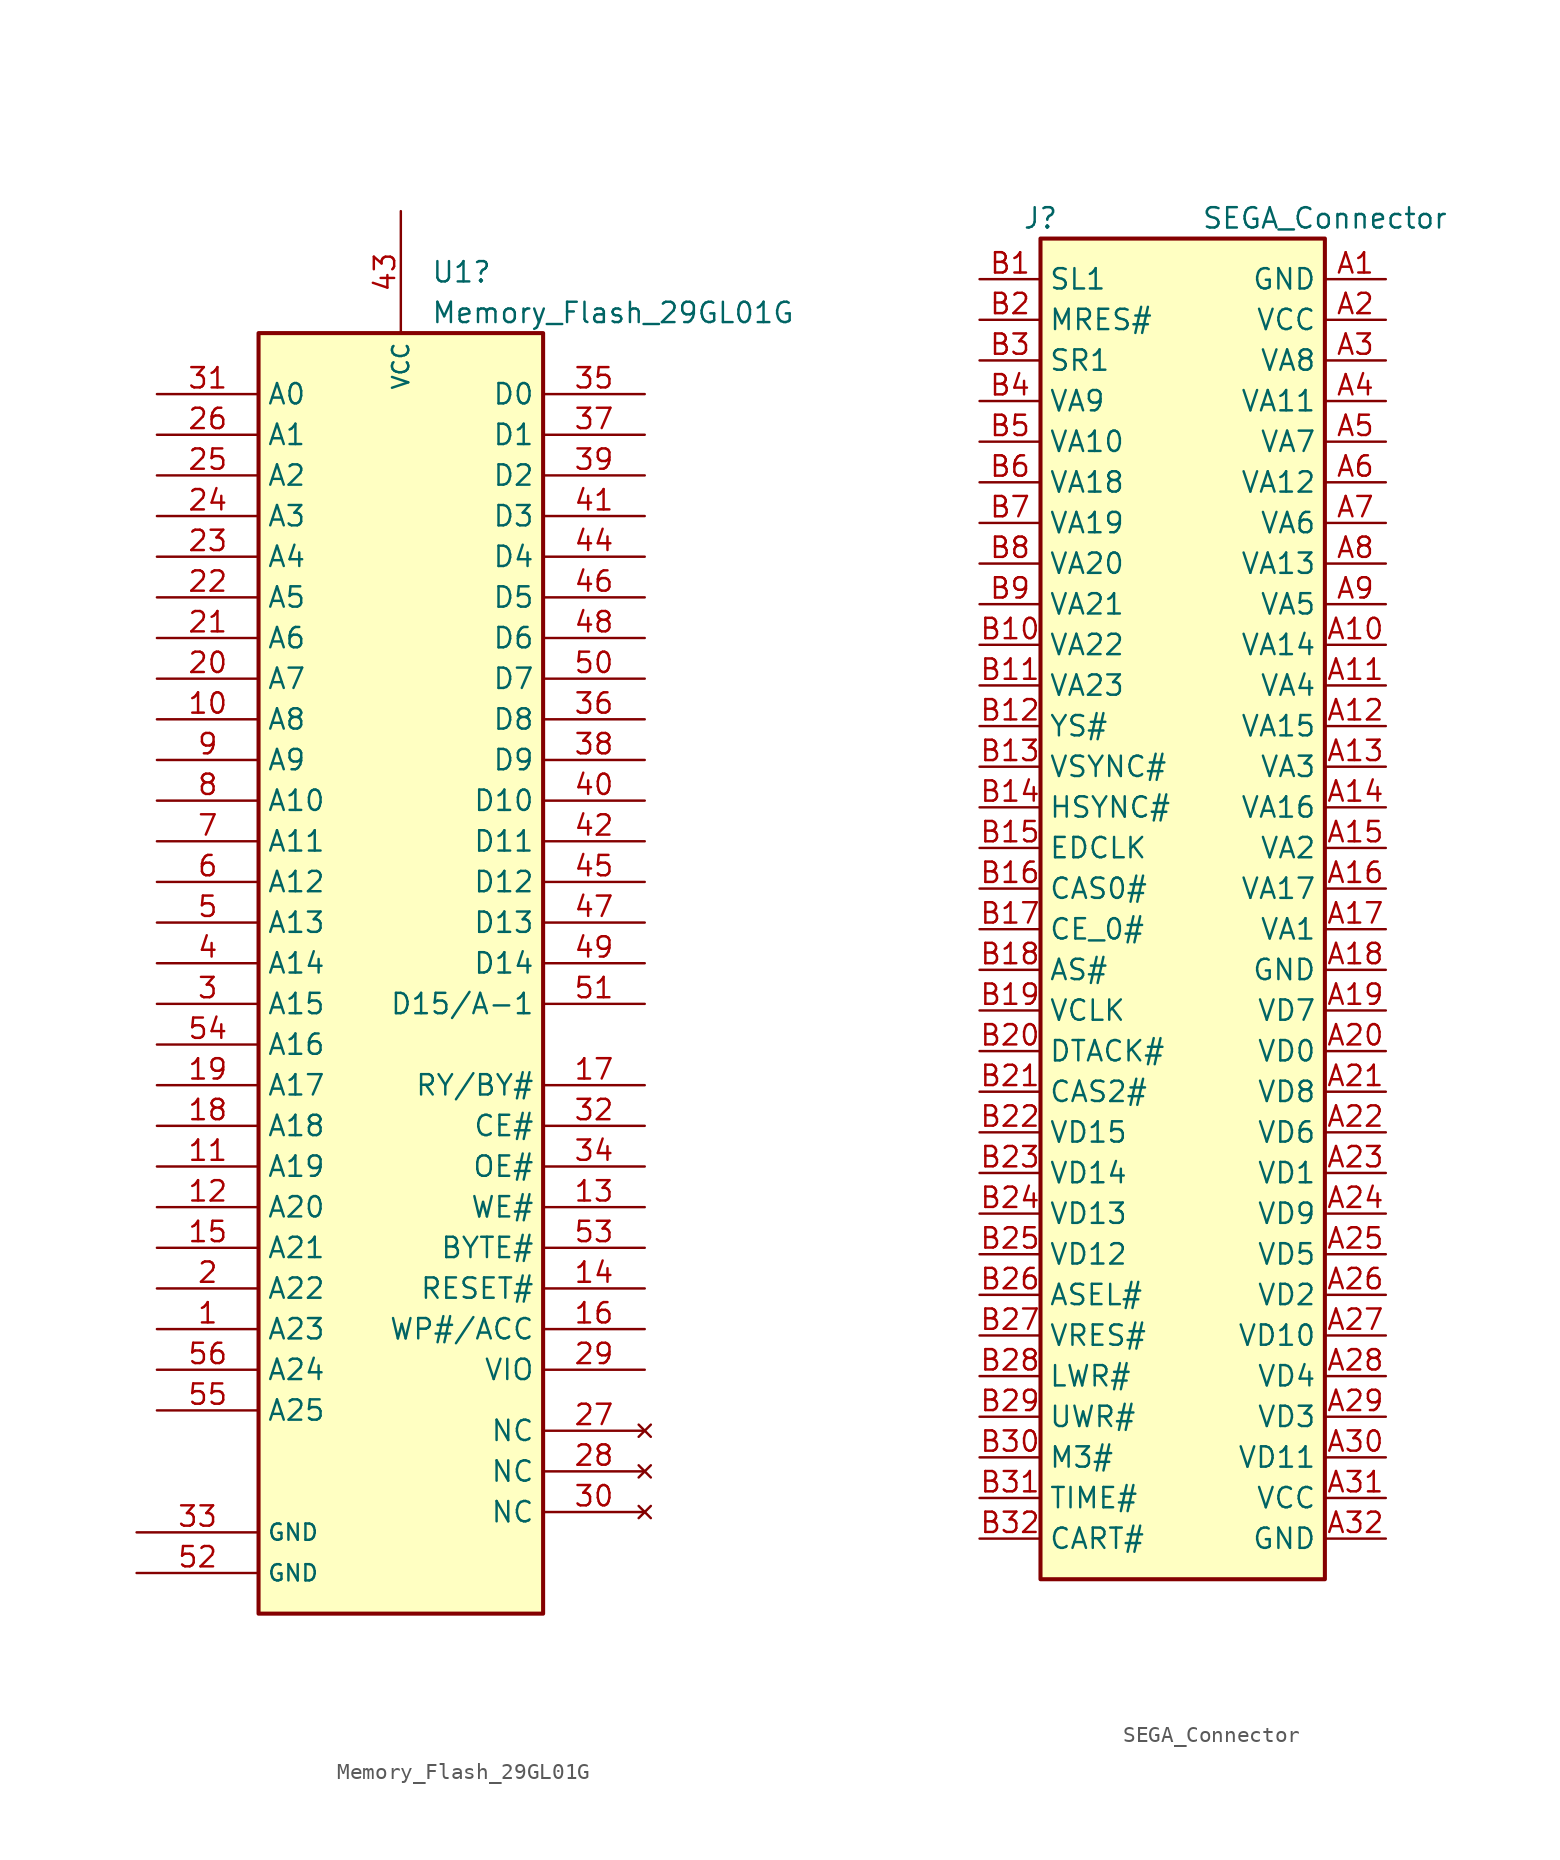
<source format=kicad_sym>
(kicad_symbol_lib
  (version 20241209)
  (generator "kicad_symbol_editor")
  (generator_version "9.0")
  (symbol "Memory_Flash_29GL01G"
    (property "Reference" "U1"
      (at 1.88 33.02 0)
      (effects (font (size 1.27 1.27)) (justify left)))
    (property "Value" "Memory_Flash_29GL01G"
      (at 1.88 30.48 0)
      (effects (font (size 1.27 1.27)) (justify left)))
    (symbol "Memory_Flash_29GL01G_0_1"
      (rectangle (start -8.89 29.21) (end 8.89 -50.8) (stroke (width 0.254) (type default)) (fill (type background))))
    (symbol "Memory_Flash_29GL01G_1_1"
      (pin power_in line (at -16.51 -45.72 0) (length 7.62) (name "GND" (effects (font (size 1.016 1.016)))) (number "33" (effects (font (size 1.27 1.27)))))
      (pin power_in line (at -16.51 -48.26 0) (length 7.62) (name "GND" (effects (font (size 1.016 1.016)))) (number "52" (effects (font (size 1.27 1.27)))))
      (pin input line (at -15.24 25.4 0) (length 6.35) (name "A0" (effects (font (size 1.27 1.27)))) (number "31" (effects (font (size 1.27 1.27)))))
      (pin input line (at -15.24 22.86 0) (length 6.35) (name "A1" (effects (font (size 1.27 1.27)))) (number "26" (effects (font (size 1.27 1.27)))))
      (pin input line (at -15.24 20.32 0) (length 6.35) (name "A2" (effects (font (size 1.27 1.27)))) (number "25" (effects (font (size 1.27 1.27)))))
      (pin input line (at -15.24 17.78 0) (length 6.35) (name "A3" (effects (font (size 1.27 1.27)))) (number "24" (effects (font (size 1.27 1.27)))))
      (pin input line (at -15.24 15.24 0) (length 6.35) (name "A4" (effects (font (size 1.27 1.27)))) (number "23" (effects (font (size 1.27 1.27)))))
      (pin input line (at -15.24 12.7 0) (length 6.35) (name "A5" (effects (font (size 1.27 1.27)))) (number "22" (effects (font (size 1.27 1.27)))))
      (pin input line (at -15.24 10.16 0) (length 6.35) (name "A6" (effects (font (size 1.27 1.27)))) (number "21" (effects (font (size 1.27 1.27)))))
      (pin input line (at -15.24 7.62 0) (length 6.35) (name "A7" (effects (font (size 1.27 1.27)))) (number "20" (effects (font (size 1.27 1.27)))))
      (pin input line (at -15.24 5.08 0) (length 6.35) (name "A8" (effects (font (size 1.27 1.27)))) (number "10" (effects (font (size 1.27 1.27)))))
      (pin input line (at -15.24 2.54 0) (length 6.35) (name "A9" (effects (font (size 1.27 1.27)))) (number "9" (effects (font (size 1.27 1.27)))))
      (pin input line (at -15.24 0 0) (length 6.35) (name "A10" (effects (font (size 1.27 1.27)))) (number "8" (effects (font (size 1.27 1.27)))))
      (pin input line (at -15.24 -2.54 0) (length 6.35) (name "A11" (effects (font (size 1.27 1.27)))) (number "7" (effects (font (size 1.27 1.27)))))
      (pin input line (at -15.24 -5.08 0) (length 6.35) (name "A12" (effects (font (size 1.27 1.27)))) (number "6" (effects (font (size 1.27 1.27)))))
      (pin input line (at -15.24 -7.62 0) (length 6.35) (name "A13" (effects (font (size 1.27 1.27)))) (number "5" (effects (font (size 1.27 1.27)))))
      (pin input line (at -15.24 -10.16 0) (length 6.35) (name "A14" (effects (font (size 1.27 1.27)))) (number "4" (effects (font (size 1.27 1.27)))))
      (pin input line (at -15.24 -12.7 0) (length 6.35) (name "A15" (effects (font (size 1.27 1.27)))) (number "3" (effects (font (size 1.27 1.27)))))
      (pin input line (at -15.24 -15.24 0) (length 6.35) (name "A16" (effects (font (size 1.27 1.27)))) (number "54" (effects (font (size 1.27 1.27)))))
      (pin input line (at -15.24 -17.78 0) (length 6.35) (name "A17" (effects (font (size 1.27 1.27)))) (number "19" (effects (font (size 1.27 1.27)))))
      (pin input line (at -15.24 -20.32 0) (length 6.35) (name "A18" (effects (font (size 1.27 1.27)))) (number "18" (effects (font (size 1.27 1.27)))))
      (pin input line (at -15.24 -22.86 0) (length 6.35) (name "A19" (effects (font (size 1.27 1.27)))) (number "11" (effects (font (size 1.27 1.27)))))
      (pin input line (at -15.24 -25.4 0) (length 6.35) (name "A20" (effects (font (size 1.27 1.27)))) (number "12" (effects (font (size 1.27 1.27)))))
      (pin input line (at -15.24 -27.94 0) (length 6.35) (name "A21" (effects (font (size 1.27 1.27)))) (number "15" (effects (font (size 1.27 1.27)))))
      (pin input line (at -15.24 -30.48 0) (length 6.35) (name "A22" (effects (font (size 1.27 1.27)))) (number "2" (effects (font (size 1.27 1.27)))))
      (pin input line (at -15.24 -33.02 0) (length 6.35) (name "A23" (effects (font (size 1.27 1.27)))) (number "1" (effects (font (size 1.27 1.27)))))
      (pin input line (at -15.24 -35.56 0) (length 6.35) (name "A24" (effects (font (size 1.27 1.27)))) (number "56" (effects (font (size 1.27 1.27)))))
      (pin input line (at -15.24 -38.1 0) (length 6.35) (name "A25" (effects (font (size 1.27 1.27)))) (number "55" (effects (font (size 1.27 1.27)))))
      (pin power_in line (at 0 36.83 270) (length 7.62) (name "VCC" (effects (font (size 1.016 1.016)))) (number "43" (effects (font (size 1.27 1.27)))))
      (pin bidirectional line (at 15.24 25.4 180) (length 6.35) (name "D0" (effects (font (size 1.27 1.27)))) (number "35" (effects (font (size 1.27 1.27)))))
      (pin bidirectional line (at 15.24 22.86 180) (length 6.35) (name "D1" (effects (font (size 1.27 1.27)))) (number "37" (effects (font (size 1.27 1.27)))))
      (pin bidirectional line (at 15.24 20.32 180) (length 6.35) (name "D2" (effects (font (size 1.27 1.27)))) (number "39" (effects (font (size 1.27 1.27)))))
      (pin bidirectional line (at 15.24 17.78 180) (length 6.35) (name "D3" (effects (font (size 1.27 1.27)))) (number "41" (effects (font (size 1.27 1.27)))))
      (pin bidirectional line (at 15.24 15.24 180) (length 6.35) (name "D4" (effects (font (size 1.27 1.27)))) (number "44" (effects (font (size 1.27 1.27)))))
      (pin bidirectional line (at 15.24 12.7 180) (length 6.35) (name "D5" (effects (font (size 1.27 1.27)))) (number "46" (effects (font (size 1.27 1.27)))))
      (pin bidirectional line (at 15.24 10.16 180) (length 6.35) (name "D6" (effects (font (size 1.27 1.27)))) (number "48" (effects (font (size 1.27 1.27)))))
      (pin bidirectional line (at 15.24 7.62 180) (length 6.35) (name "D7" (effects (font (size 1.27 1.27)))) (number "50" (effects (font (size 1.27 1.27)))))
      (pin bidirectional line (at 15.24 5.08 180) (length 6.35) (name "D8" (effects (font (size 1.27 1.27)))) (number "36" (effects (font (size 1.27 1.27)))))
      (pin bidirectional line (at 15.24 2.54 180) (length 6.35) (name "D9" (effects (font (size 1.27 1.27)))) (number "38" (effects (font (size 1.27 1.27)))))
      (pin bidirectional line (at 15.24 0 180) (length 6.35) (name "D10" (effects (font (size 1.27 1.27)))) (number "40" (effects (font (size 1.27 1.27)))))
      (pin bidirectional line (at 15.24 -2.54 180) (length 6.35) (name "D11" (effects (font (size 1.27 1.27)))) (number "42" (effects (font (size 1.27 1.27)))))
      (pin bidirectional line (at 15.24 -5.08 180) (length 6.35) (name "D12" (effects (font (size 1.27 1.27)))) (number "45" (effects (font (size 1.27 1.27)))))
      (pin bidirectional line (at 15.24 -7.62 180) (length 6.35) (name "D13" (effects (font (size 1.27 1.27)))) (number "47" (effects (font (size 1.27 1.27)))))
      (pin bidirectional line (at 15.24 -10.16 180) (length 6.35) (name "D14" (effects (font (size 1.27 1.27)))) (number "49" (effects (font (size 1.27 1.27)))))
      (pin bidirectional line (at 15.24 -12.7 180) (length 6.35) (name "D15/A-1" (effects (font (size 1.27 1.27)))) (number "51" (effects (font (size 1.27 1.27)))))
      (pin input line (at 15.24 -17.78 180) (length 6.35) (name "RY/BY#" (effects (font (size 1.27 1.27)))) (number "17" (effects (font (size 1.27 1.27)))))
      (pin input line (at 15.24 -20.32 180) (length 6.35) (name "CE#" (effects (font (size 1.27 1.27)))) (number "32" (effects (font (size 1.27 1.27)))))
      (pin input line (at 15.24 -22.86 180) (length 6.35) (name "OE#" (effects (font (size 1.27 1.27)))) (number "34" (effects (font (size 1.27 1.27)))))
      (pin input line (at 15.24 -25.4 180) (length 6.35) (name "WE#" (effects (font (size 1.27 1.27)))) (number "13" (effects (font (size 1.27 1.27)))))
      (pin input line (at 15.24 -27.94 180) (length 6.35) (name "BYTE#" (effects (font (size 1.27 1.27)))) (number "53" (effects (font (size 1.27 1.27)))))
      (pin input line (at 15.24 -30.48 180) (length 6.35) (name "RESET#" (effects (font (size 1.27 1.27)))) (number "14" (effects (font (size 1.27 1.27)))))
      (pin input line (at 15.24 -33.02 180) (length 6.35) (name "WP#/ACC" (effects (font (size 1.27 1.27)))) (number "16" (effects (font (size 1.27 1.27)))))
      (pin input line (at 15.24 -35.56 180) (length 6.35) (name "VIO" (effects (font (size 1.27 1.27)))) (number "29" (effects (font (size 1.27 1.27)))))
      (pin no_connect line (at 15.24 -39.37 180) (length 6.35) (name "NC" (effects (font (size 1.27 1.27)))) (number "27" (effects (font (size 1.27 1.27)))))
      (pin no_connect line (at 15.24 -41.91 180) (length 6.35) (name "NC" (effects (font (size 1.27 1.27)))) (number "28" (effects (font (size 1.27 1.27)))))
      (pin no_connect line (at 15.24 -44.45 180) (length 6.35) (name "NC" (effects (font (size 1.27 1.27)))) (number "30" (effects (font (size 1.27 1.27)))))))
  (symbol "SEGA_Connector"
    (property "Reference" "J"
      (at -8.89 43.18 0)
      (effects (font (size 1.27 1.27))))
    (property "Value" "SEGA_Connector"
      (at 8.89 43.18 0)
      (effects (font (size 1.27 1.27))))
    (symbol "SEGA_Connector_0_1"
      (rectangle (start -8.89 41.91) (end 8.89 -41.91) (stroke (width 0.254) (type default)) (fill (type background))))
    (symbol "SEGA_Connector_1_1"
      (pin passive line (at -12.7 39.37 0) (length 3.81) (name "SL1" (effects (font (size 1.27 1.27)))) (number "B1" (effects (font (size 1.27 1.27)))))
      (pin passive line (at -12.7 36.83 0) (length 3.81) (name "MRES#" (effects (font (size 1.27 1.27)))) (number "B2" (effects (font (size 1.27 1.27)))))
      (pin passive line (at -12.7 34.29 0) (length 3.81) (name "SR1" (effects (font (size 1.27 1.27)))) (number "B3" (effects (font (size 1.27 1.27)))))
      (pin passive line (at -12.7 31.75 0) (length 3.81) (name "VA9" (effects (font (size 1.27 1.27)))) (number "B4" (effects (font (size 1.27 1.27)))))
      (pin passive line (at -12.7 29.21 0) (length 3.81) (name "VA10" (effects (font (size 1.27 1.27)))) (number "B5" (effects (font (size 1.27 1.27)))))
      (pin passive line (at -12.7 26.67 0) (length 3.81) (name "VA18" (effects (font (size 1.27 1.27)))) (number "B6" (effects (font (size 1.27 1.27)))))
      (pin passive line (at -12.7 24.13 0) (length 3.81) (name "VA19" (effects (font (size 1.27 1.27)))) (number "B7" (effects (font (size 1.27 1.27)))))
      (pin passive line (at -12.7 21.59 0) (length 3.81) (name "VA20" (effects (font (size 1.27 1.27)))) (number "B8" (effects (font (size 1.27 1.27)))))
      (pin passive line (at -12.7 19.05 0) (length 3.81) (name "VA21" (effects (font (size 1.27 1.27)))) (number "B9" (effects (font (size 1.27 1.27)))))
      (pin passive line (at -12.7 16.51 0) (length 3.81) (name "VA22" (effects (font (size 1.27 1.27)))) (number "B10" (effects (font (size 1.27 1.27)))))
      (pin passive line (at -12.7 13.97 0) (length 3.81) (name "VA23" (effects (font (size 1.27 1.27)))) (number "B11" (effects (font (size 1.27 1.27)))))
      (pin passive line (at -12.7 11.43 0) (length 3.81) (name "YS#" (effects (font (size 1.27 1.27)))) (number "B12" (effects (font (size 1.27 1.27)))))
      (pin passive line (at -12.7 8.89 0) (length 3.81) (name "VSYNC#" (effects (font (size 1.27 1.27)))) (number "B13" (effects (font (size 1.27 1.27)))))
      (pin passive line (at -12.7 6.35 0) (length 3.81) (name "HSYNC#" (effects (font (size 1.27 1.27)))) (number "B14" (effects (font (size 1.27 1.27)))))
      (pin passive line (at -12.7 3.81 0) (length 3.81) (name "EDCLK" (effects (font (size 1.27 1.27)))) (number "B15" (effects (font (size 1.27 1.27)))))
      (pin passive line (at -12.7 1.27 0) (length 3.81) (name "CAS0#" (effects (font (size 1.27 1.27)))) (number "B16" (effects (font (size 1.27 1.27)))))
      (pin passive line (at -12.7 -1.27 0) (length 3.81) (name "CE_0#" (effects (font (size 1.27 1.27)))) (number "B17" (effects (font (size 1.27 1.27)))))
      (pin passive line (at -12.7 -3.81 0) (length 3.81) (name "AS#" (effects (font (size 1.27 1.27)))) (number "B18" (effects (font (size 1.27 1.27)))))
      (pin passive line (at -12.7 -6.35 0) (length 3.81) (name "VCLK" (effects (font (size 1.27 1.27)))) (number "B19" (effects (font (size 1.27 1.27)))))
      (pin passive line (at -12.7 -8.89 0) (length 3.81) (name "DTACK#" (effects (font (size 1.27 1.27)))) (number "B20" (effects (font (size 1.27 1.27)))))
      (pin passive line (at -12.7 -11.43 0) (length 3.81) (name "CAS2#" (effects (font (size 1.27 1.27)))) (number "B21" (effects (font (size 1.27 1.27)))))
      (pin passive line (at -12.7 -13.97 0) (length 3.81) (name "VD15" (effects (font (size 1.27 1.27)))) (number "B22" (effects (font (size 1.27 1.27)))))
      (pin passive line (at -12.7 -16.51 0) (length 3.81) (name "VD14" (effects (font (size 1.27 1.27)))) (number "B23" (effects (font (size 1.27 1.27)))))
      (pin passive line (at -12.7 -19.05 0) (length 3.81) (name "VD13" (effects (font (size 1.27 1.27)))) (number "B24" (effects (font (size 1.27 1.27)))))
      (pin passive line (at -12.7 -21.59 0) (length 3.81) (name "VD12" (effects (font (size 1.27 1.27)))) (number "B25" (effects (font (size 1.27 1.27)))))
      (pin passive line (at -12.7 -24.13 0) (length 3.81) (name "ASEL#" (effects (font (size 1.27 1.27)))) (number "B26" (effects (font (size 1.27 1.27)))))
      (pin passive line (at -12.7 -26.67 0) (length 3.81) (name "VRES#" (effects (font (size 1.27 1.27)))) (number "B27" (effects (font (size 1.27 1.27)))))
      (pin passive line (at -12.7 -29.21 0) (length 3.81) (name "LWR#" (effects (font (size 1.27 1.27)))) (number "B28" (effects (font (size 1.27 1.27)))))
      (pin passive line (at -12.7 -31.75 0) (length 3.81) (name "UWR#" (effects (font (size 1.27 1.27)))) (number "B29" (effects (font (size 1.27 1.27)))))
      (pin passive line (at -12.7 -34.29 0) (length 3.81) (name "M3#" (effects (font (size 1.27 1.27)))) (number "B30" (effects (font (size 1.27 1.27)))))
      (pin passive line (at -12.7 -36.83 0) (length 3.81) (name "TIME#" (effects (font (size 1.27 1.27)))) (number "B31" (effects (font (size 1.27 1.27)))))
      (pin passive line (at -12.7 -39.37 0) (length 3.81) (name "CART#" (effects (font (size 1.27 1.27)))) (number "B32" (effects (font (size 1.27 1.27)))))
      (pin passive line (at 12.7 39.37 180) (length 3.81) (name "GND" (effects (font (size 1.27 1.27)))) (number "A1" (effects (font (size 1.27 1.27)))))
      (pin power_in line (at 12.7 36.83 180) (length 3.81) (name "VCC" (effects (font (size 1.27 1.27)))) (number "A2" (effects (font (size 1.27 1.27)))))
      (pin passive line (at 12.7 34.29 180) (length 3.81) (name "VA8" (effects (font (size 1.27 1.27)))) (number "A3" (effects (font (size 1.27 1.27)))))
      (pin passive line (at 12.7 31.75 180) (length 3.81) (name "VA11" (effects (font (size 1.27 1.27)))) (number "A4" (effects (font (size 1.27 1.27)))))
      (pin passive line (at 12.7 29.21 180) (length 3.81) (name "VA7" (effects (font (size 1.27 1.27)))) (number "A5" (effects (font (size 1.27 1.27)))))
      (pin passive line (at 12.7 26.67 180) (length 3.81) (name "VA12" (effects (font (size 1.27 1.27)))) (number "A6" (effects (font (size 1.27 1.27)))))
      (pin passive line (at 12.7 24.13 180) (length 3.81) (name "VA6" (effects (font (size 1.27 1.27)))) (number "A7" (effects (font (size 1.27 1.27)))))
      (pin passive line (at 12.7 21.59 180) (length 3.81) (name "VA13" (effects (font (size 1.27 1.27)))) (number "A8" (effects (font (size 1.27 1.27)))))
      (pin passive line (at 12.7 19.05 180) (length 3.81) (name "VA5" (effects (font (size 1.27 1.27)))) (number "A9" (effects (font (size 1.27 1.27)))))
      (pin passive line (at 12.7 16.51 180) (length 3.81) (name "VA14" (effects (font (size 1.27 1.27)))) (number "A10" (effects (font (size 1.27 1.27)))))
      (pin passive line (at 12.7 13.97 180) (length 3.81) (name "VA4" (effects (font (size 1.27 1.27)))) (number "A11" (effects (font (size 1.27 1.27)))))
      (pin passive line (at 12.7 11.43 180) (length 3.81) (name "VA15" (effects (font (size 1.27 1.27)))) (number "A12" (effects (font (size 1.27 1.27)))))
      (pin passive line (at 12.7 8.89 180) (length 3.81) (name "VA3" (effects (font (size 1.27 1.27)))) (number "A13" (effects (font (size 1.27 1.27)))))
      (pin passive line (at 12.7 6.35 180) (length 3.81) (name "VA16" (effects (font (size 1.27 1.27)))) (number "A14" (effects (font (size 1.27 1.27)))))
      (pin passive line (at 12.7 3.81 180) (length 3.81) (name "VA2" (effects (font (size 1.27 1.27)))) (number "A15" (effects (font (size 1.27 1.27)))))
      (pin passive line (at 12.7 1.27 180) (length 3.81) (name "VA17" (effects (font (size 1.27 1.27)))) (number "A16" (effects (font (size 1.27 1.27)))))
      (pin passive line (at 12.7 -1.27 180) (length 3.81) (name "VA1" (effects (font (size 1.27 1.27)))) (number "A17" (effects (font (size 1.27 1.27)))))
      (pin passive line (at 12.7 -3.81 180) (length 3.81) (name "GND" (effects (font (size 1.27 1.27)))) (number "A18" (effects (font (size 1.27 1.27)))))
      (pin passive line (at 12.7 -6.35 180) (length 3.81) (name "VD7" (effects (font (size 1.27 1.27)))) (number "A19" (effects (font (size 1.27 1.27)))))
      (pin passive line (at 12.7 -8.89 180) (length 3.81) (name "VD0" (effects (font (size 1.27 1.27)))) (number "A20" (effects (font (size 1.27 1.27)))))
      (pin passive line (at 12.7 -11.43 180) (length 3.81) (name "VD8" (effects (font (size 1.27 1.27)))) (number "A21" (effects (font (size 1.27 1.27)))))
      (pin passive line (at 12.7 -13.97 180) (length 3.81) (name "VD6" (effects (font (size 1.27 1.27)))) (number "A22" (effects (font (size 1.27 1.27)))))
      (pin passive line (at 12.7 -16.51 180) (length 3.81) (name "VD1" (effects (font (size 1.27 1.27)))) (number "A23" (effects (font (size 1.27 1.27)))))
      (pin passive line (at 12.7 -19.05 180) (length 3.81) (name "VD9" (effects (font (size 1.27 1.27)))) (number "A24" (effects (font (size 1.27 1.27)))))
      (pin passive line (at 12.7 -21.59 180) (length 3.81) (name "VD5" (effects (font (size 1.27 1.27)))) (number "A25" (effects (font (size 1.27 1.27)))))
      (pin passive line (at 12.7 -24.13 180) (length 3.81) (name "VD2" (effects (font (size 1.27 1.27)))) (number "A26" (effects (font (size 1.27 1.27)))))
      (pin passive line (at 12.7 -26.67 180) (length 3.81) (name "VD10" (effects (font (size 1.27 1.27)))) (number "A27" (effects (font (size 1.27 1.27)))))
      (pin passive line (at 12.7 -29.21 180) (length 3.81) (name "VD4" (effects (font (size 1.27 1.27)))) (number "A28" (effects (font (size 1.27 1.27)))))
      (pin passive line (at 12.7 -31.75 180) (length 3.81) (name "VD3" (effects (font (size 1.27 1.27)))) (number "A29" (effects (font (size 1.27 1.27)))))
      (pin passive line (at 12.7 -34.29 180) (length 3.81) (name "VD11" (effects (font (size 1.27 1.27)))) (number "A30" (effects (font (size 1.27 1.27)))))
      (pin power_in line (at 12.7 -36.83 180) (length 3.81) (name "VCC" (effects (font (size 1.27 1.27)))) (number "A31" (effects (font (size 1.27 1.27)))))
      (pin passive line (at 12.7 -39.37 180) (length 3.81) (name "GND" (effects (font (size 1.27 1.27)))) (number "A32" (effects (font (size 1.27 1.27))))))))
</source>
